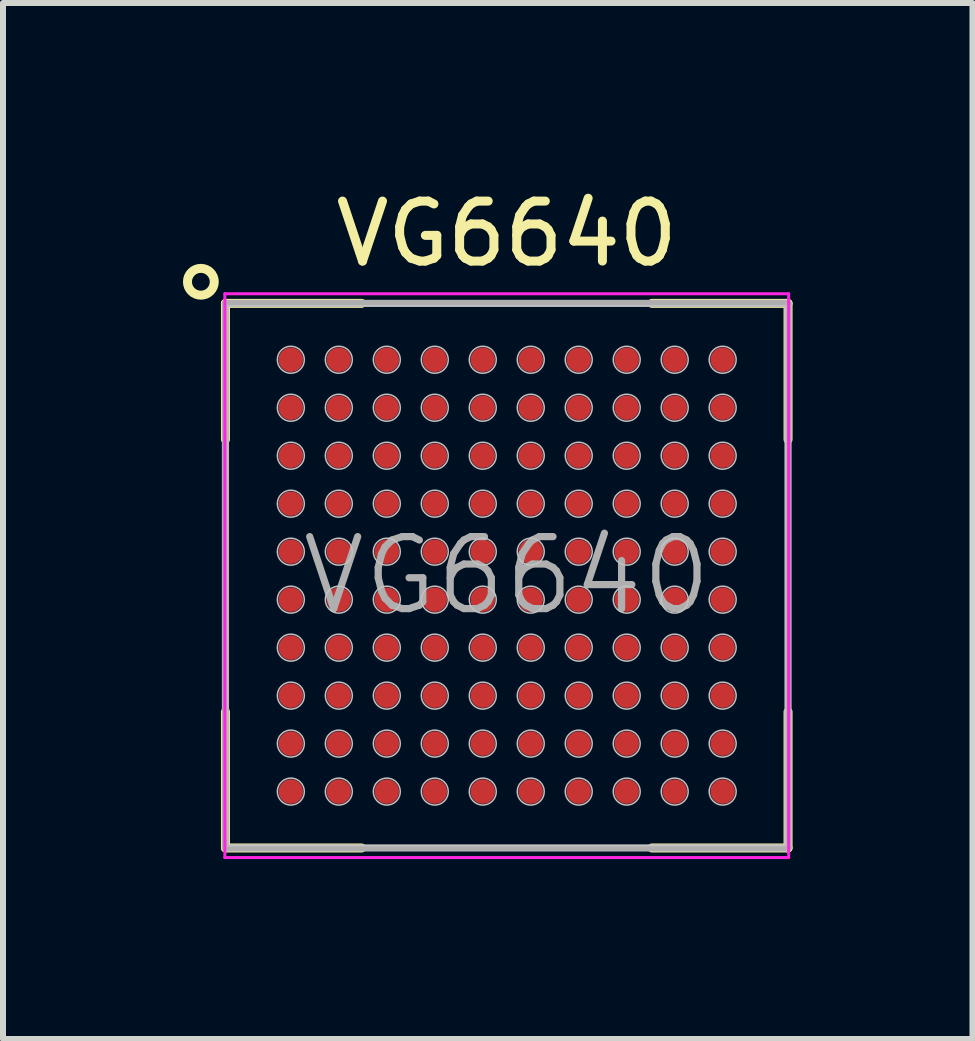
<source format=kicad_pcb>
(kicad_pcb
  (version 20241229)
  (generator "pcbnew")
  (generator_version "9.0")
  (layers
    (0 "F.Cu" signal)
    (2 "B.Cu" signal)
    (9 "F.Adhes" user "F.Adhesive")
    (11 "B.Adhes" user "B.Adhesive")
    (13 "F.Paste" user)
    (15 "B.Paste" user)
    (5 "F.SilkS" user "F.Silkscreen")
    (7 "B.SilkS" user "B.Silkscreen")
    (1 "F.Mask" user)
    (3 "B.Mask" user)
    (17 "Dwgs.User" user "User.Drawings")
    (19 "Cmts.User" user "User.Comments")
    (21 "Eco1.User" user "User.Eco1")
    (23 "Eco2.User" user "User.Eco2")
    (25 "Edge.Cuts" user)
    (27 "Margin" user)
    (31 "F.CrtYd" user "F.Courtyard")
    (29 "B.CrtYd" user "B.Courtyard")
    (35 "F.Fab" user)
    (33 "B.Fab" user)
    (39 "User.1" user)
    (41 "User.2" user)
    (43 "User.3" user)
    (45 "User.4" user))
  (footprint "VG6640"
    (layer "F.Cu")
    (at 5.399 6.548)
    (property "Reference" "VG6640" (at 0 0 0) (layer "F.Fab") (effects (font (size 1.2 1.2) (thickness 0.12))))
    (attr smd)
    (fp_line (start -4.69 -4.54) (end -2.42 -4.54) (stroke (width 0.15) (type solid)) (layer "F.SilkS"))
    (fp_line (start -4.69 -2.27) (end -4.69 -4.54) (stroke (width 0.15) (type solid)) (layer "F.SilkS"))
    (fp_line (start -4.69 2.27) (end -4.69 4.54) (stroke (width 0.15) (type solid)) (layer "F.SilkS"))
    (fp_line (start -4.69 4.54) (end -2.42 4.54) (stroke (width 0.15) (type solid)) (layer "F.SilkS"))
    (fp_line (start 4.69 -4.54) (end 2.42 -4.54) (stroke (width 0.15) (type solid)) (layer "F.SilkS"))
    (fp_line (start 4.69 -2.27) (end 4.69 -4.54) (stroke (width 0.15) (type solid)) (layer "F.SilkS"))
    (fp_line (start 4.69 2.27) (end 4.69 4.54) (stroke (width 0.15) (type solid)) (layer "F.SilkS"))
    (fp_line (start 4.69 4.54) (end 2.42 4.54) (stroke (width 0.15) (type solid)) (layer "F.SilkS"))
    (fp_circle (center -5.1 -4.9) (end -4.9 -4.8) (stroke (width 0.15) (type solid)) (fill no) (layer "F.SilkS"))
    (fp_line (start -4.65 -4.5) (end 4.65 -4.5) (stroke (width 0.025) (type solid)) (layer "Dwgs.User"))
    (fp_line (start -4.65 4.5) (end -4.65 -4.5) (stroke (width 0.025) (type solid)) (layer "Dwgs.User"))
    (fp_line (start 4.65 -4.5) (end 4.65 4.5) (stroke (width 0.025) (type solid)) (layer "Dwgs.User"))
    (fp_line (start 4.65 4.5) (end -4.65 4.5) (stroke (width 0.025) (type solid)) (layer "Dwgs.User"))
    (fp_circle (center -3.6 -3.6) (end -3.6 -3.375) (stroke (width 0.025) (type solid)) (fill no) (layer "Dwgs.User"))
    (fp_circle (center -3.6 -2.8) (end -3.6 -2.575) (stroke (width 0.025) (type solid)) (fill no) (layer "Dwgs.User"))
    (fp_circle (center -3.6 -2) (end -3.6 -1.775) (stroke (width 0.025) (type solid)) (fill no) (layer "Dwgs.User"))
    (fp_circle (center -3.6 -1.2) (end -3.6 -0.975) (stroke (width 0.025) (type solid)) (fill no) (layer "Dwgs.User"))
    (fp_circle (center -3.6 -0.4) (end -3.6 -0.175) (stroke (width 0.025) (type solid)) (fill no) (layer "Dwgs.User"))
    (fp_circle (center -3.6 0.4) (end -3.6 0.625) (stroke (width 0.025) (type solid)) (fill no) (layer "Dwgs.User"))
    (fp_circle (center -3.6 1.2) (end -3.6 1.425) (stroke (width 0.025) (type solid)) (fill no) (layer "Dwgs.User"))
    (fp_circle (center -3.6 2) (end -3.6 2.225) (stroke (width 0.025) (type solid)) (fill no) (layer "Dwgs.User"))
    (fp_circle (center -3.6 2.8) (end -3.6 3.025) (stroke (width 0.025) (type solid)) (fill no) (layer "Dwgs.User"))
    (fp_circle (center -3.6 3.6) (end -3.6 3.825) (stroke (width 0.025) (type solid)) (fill no) (layer "Dwgs.User"))
    (fp_circle (center -2.8 -3.6) (end -2.8 -3.375) (stroke (width 0.025) (type solid)) (fill no) (layer "Dwgs.User"))
    (fp_circle (center -2.8 -2.8) (end -2.8 -2.575) (stroke (width 0.025) (type solid)) (fill no) (layer "Dwgs.User"))
    (fp_circle (center -2.8 -2) (end -2.8 -1.775) (stroke (width 0.025) (type solid)) (fill no) (layer "Dwgs.User"))
    (fp_circle (center -2.8 -1.2) (end -2.8 -0.975) (stroke (width 0.025) (type solid)) (fill no) (layer "Dwgs.User"))
    (fp_circle (center -2.8 -0.4) (end -2.8 -0.175) (stroke (width 0.025) (type solid)) (fill no) (layer "Dwgs.User"))
    (fp_circle (center -2.8 0.4) (end -2.8 0.625) (stroke (width 0.025) (type solid)) (fill no) (layer "Dwgs.User"))
    (fp_circle (center -2.8 1.2) (end -2.8 1.425) (stroke (width 0.025) (type solid)) (fill no) (layer "Dwgs.User"))
    (fp_circle (center -2.8 2) (end -2.8 2.225) (stroke (width 0.025) (type solid)) (fill no) (layer "Dwgs.User"))
    (fp_circle (center -2.8 2.8) (end -2.8 3.025) (stroke (width 0.025) (type solid)) (fill no) (layer "Dwgs.User"))
    (fp_circle (center -2.8 3.6) (end -2.8 3.825) (stroke (width 0.025) (type solid)) (fill no) (layer "Dwgs.User"))
    (fp_circle (center -2 -3.6) (end -2 -3.375) (stroke (width 0.025) (type solid)) (fill no) (layer "Dwgs.User"))
    (fp_circle (center -2 -2.8) (end -2 -2.575) (stroke (width 0.025) (type solid)) (fill no) (layer "Dwgs.User"))
    (fp_circle (center -2 -2) (end -2 -1.775) (stroke (width 0.025) (type solid)) (fill no) (layer "Dwgs.User"))
    (fp_circle (center -2 -1.2) (end -2 -0.975) (stroke (width 0.025) (type solid)) (fill no) (layer "Dwgs.User"))
    (fp_circle (center -2 -0.4) (end -2 -0.175) (stroke (width 0.025) (type solid)) (fill no) (layer "Dwgs.User"))
    (fp_circle (center -2 0.4) (end -2 0.625) (stroke (width 0.025) (type solid)) (fill no) (layer "Dwgs.User"))
    (fp_circle (center -2 1.2) (end -2 1.425) (stroke (width 0.025) (type solid)) (fill no) (layer "Dwgs.User"))
    (fp_circle (center -2 2) (end -2 2.225) (stroke (width 0.025) (type solid)) (fill no) (layer "Dwgs.User"))
    (fp_circle (center -2 2.8) (end -2 3.025) (stroke (width 0.025) (type solid)) (fill no) (layer "Dwgs.User"))
    (fp_circle (center -2 3.6) (end -2 3.825) (stroke (width 0.025) (type solid)) (fill no) (layer "Dwgs.User"))
    (fp_circle (center -1.2 -3.6) (end -1.2 -3.375) (stroke (width 0.025) (type solid)) (fill no) (layer "Dwgs.User"))
    (fp_circle (center -1.2 -2.8) (end -1.2 -2.575) (stroke (width 0.025) (type solid)) (fill no) (layer "Dwgs.User"))
    (fp_circle (center -1.2 -2) (end -1.2 -1.775) (stroke (width 0.025) (type solid)) (fill no) (layer "Dwgs.User"))
    (fp_circle (center -1.2 -1.2) (end -1.2 -0.975) (stroke (width 0.025) (type solid)) (fill no) (layer "Dwgs.User"))
    (fp_circle (center -1.2 -0.4) (end -1.2 -0.175) (stroke (width 0.025) (type solid)) (fill no) (layer "Dwgs.User"))
    (fp_circle (center -1.2 0.4) (end -1.2 0.625) (stroke (width 0.025) (type solid)) (fill no) (layer "Dwgs.User"))
    (fp_circle (center -1.2 1.2) (end -1.2 1.425) (stroke (width 0.025) (type solid)) (fill no) (layer "Dwgs.User"))
    (fp_circle (center -1.2 2) (end -1.2 2.225) (stroke (width 0.025) (type solid)) (fill no) (layer "Dwgs.User"))
    (fp_circle (center -1.2 2.8) (end -1.2 3.025) (stroke (width 0.025) (type solid)) (fill no) (layer "Dwgs.User"))
    (fp_circle (center -1.2 3.6) (end -1.2 3.825) (stroke (width 0.025) (type solid)) (fill no) (layer "Dwgs.User"))
    (fp_circle (center -0.4 -3.6) (end -0.4 -3.375) (stroke (width 0.025) (type solid)) (fill no) (layer "Dwgs.User"))
    (fp_circle (center -0.4 -2.8) (end -0.4 -2.575) (stroke (width 0.025) (type solid)) (fill no) (layer "Dwgs.User"))
    (fp_circle (center -0.4 -2) (end -0.4 -1.775) (stroke (width 0.025) (type solid)) (fill no) (layer "Dwgs.User"))
    (fp_circle (center -0.4 -1.2) (end -0.4 -0.975) (stroke (width 0.025) (type solid)) (fill no) (layer "Dwgs.User"))
    (fp_circle (center -0.4 -0.4) (end -0.4 -0.175) (stroke (width 0.025) (type solid)) (fill no) (layer "Dwgs.User"))
    (fp_circle (center -0.4 0.4) (end -0.4 0.625) (stroke (width 0.025) (type solid)) (fill no) (layer "Dwgs.User"))
    (fp_circle (center -0.4 1.2) (end -0.4 1.425) (stroke (width 0.025) (type solid)) (fill no) (layer "Dwgs.User"))
    (fp_circle (center -0.4 2) (end -0.4 2.225) (stroke (width 0.025) (type solid)) (fill no) (layer "Dwgs.User"))
    (fp_circle (center -0.4 2.8) (end -0.4 3.025) (stroke (width 0.025) (type solid)) (fill no) (layer "Dwgs.User"))
    (fp_circle (center -0.4 3.6) (end -0.4 3.825) (stroke (width 0.025) (type solid)) (fill no) (layer "Dwgs.User"))
    (fp_circle (center 0.4 -3.6) (end 0.4 -3.375) (stroke (width 0.025) (type solid)) (fill no) (layer "Dwgs.User"))
    (fp_circle (center 0.4 -2.8) (end 0.4 -2.575) (stroke (width 0.025) (type solid)) (fill no) (layer "Dwgs.User"))
    (fp_circle (center 0.4 -2) (end 0.4 -1.775) (stroke (width 0.025) (type solid)) (fill no) (layer "Dwgs.User"))
    (fp_circle (center 0.4 -1.2) (end 0.4 -0.975) (stroke (width 0.025) (type solid)) (fill no) (layer "Dwgs.User"))
    (fp_circle (center 0.4 -0.4) (end 0.4 -0.175) (stroke (width 0.025) (type solid)) (fill no) (layer "Dwgs.User"))
    (fp_circle (center 0.4 0.4) (end 0.4 0.625) (stroke (width 0.025) (type solid)) (fill no) (layer "Dwgs.User"))
    (fp_circle (center 0.4 1.2) (end 0.4 1.425) (stroke (width 0.025) (type solid)) (fill no) (layer "Dwgs.User"))
    (fp_circle (center 0.4 2) (end 0.4 2.225) (stroke (width 0.025) (type solid)) (fill no) (layer "Dwgs.User"))
    (fp_circle (center 0.4 2.8) (end 0.4 3.025) (stroke (width 0.025) (type solid)) (fill no) (layer "Dwgs.User"))
    (fp_circle (center 0.4 3.6) (end 0.4 3.825) (stroke (width 0.025) (type solid)) (fill no) (layer "Dwgs.User"))
    (fp_circle (center 1.2 -3.6) (end 1.2 -3.375) (stroke (width 0.025) (type solid)) (fill no) (layer "Dwgs.User"))
    (fp_circle (center 1.2 -2.8) (end 1.2 -2.575) (stroke (width 0.025) (type solid)) (fill no) (layer "Dwgs.User"))
    (fp_circle (center 1.2 -2) (end 1.2 -1.775) (stroke (width 0.025) (type solid)) (fill no) (layer "Dwgs.User"))
    (fp_circle (center 1.2 -1.2) (end 1.2 -0.975) (stroke (width 0.025) (type solid)) (fill no) (layer "Dwgs.User"))
    (fp_circle (center 1.2 -0.4) (end 1.2 -0.175) (stroke (width 0.025) (type solid)) (fill no) (layer "Dwgs.User"))
    (fp_circle (center 1.2 0.4) (end 1.2 0.625) (stroke (width 0.025) (type solid)) (fill no) (layer "Dwgs.User"))
    (fp_circle (center 1.2 1.2) (end 1.2 1.425) (stroke (width 0.025) (type solid)) (fill no) (layer "Dwgs.User"))
    (fp_circle (center 1.2 2) (end 1.2 2.225) (stroke (width 0.025) (type solid)) (fill no) (layer "Dwgs.User"))
    (fp_circle (center 1.2 2.8) (end 1.2 3.025) (stroke (width 0.025) (type solid)) (fill no) (layer "Dwgs.User"))
    (fp_circle (center 1.2 3.6) (end 1.2 3.825) (stroke (width 0.025) (type solid)) (fill no) (layer "Dwgs.User"))
    (fp_circle (center 2 -3.6) (end 2 -3.375) (stroke (width 0.025) (type solid)) (fill no) (layer "Dwgs.User"))
    (fp_circle (center 2 -2.8) (end 2 -2.575) (stroke (width 0.025) (type solid)) (fill no) (layer "Dwgs.User"))
    (fp_circle (center 2 -2) (end 2 -1.775) (stroke (width 0.025) (type solid)) (fill no) (layer "Dwgs.User"))
    (fp_circle (center 2 -1.2) (end 2 -0.975) (stroke (width 0.025) (type solid)) (fill no) (layer "Dwgs.User"))
    (fp_circle (center 2 -0.4) (end 2 -0.175) (stroke (width 0.025) (type solid)) (fill no) (layer "Dwgs.User"))
    (fp_circle (center 2 0.4) (end 2 0.625) (stroke (width 0.025) (type solid)) (fill no) (layer "Dwgs.User"))
    (fp_circle (center 2 1.2) (end 2 1.425) (stroke (width 0.025) (type solid)) (fill no) (layer "Dwgs.User"))
    (fp_circle (center 2 2) (end 2 2.225) (stroke (width 0.025) (type solid)) (fill no) (layer "Dwgs.User"))
    (fp_circle (center 2 2.8) (end 2 3.025) (stroke (width 0.025) (type solid)) (fill no) (layer "Dwgs.User"))
    (fp_circle (center 2 3.6) (end 2 3.825) (stroke (width 0.025) (type solid)) (fill no) (layer "Dwgs.User"))
    (fp_circle (center 2.8 -3.6) (end 2.8 -3.375) (stroke (width 0.025) (type solid)) (fill no) (layer "Dwgs.User"))
    (fp_circle (center 2.8 -2.8) (end 2.8 -2.575) (stroke (width 0.025) (type solid)) (fill no) (layer "Dwgs.User"))
    (fp_circle (center 2.8 -2) (end 2.8 -1.775) (stroke (width 0.025) (type solid)) (fill no) (layer "Dwgs.User"))
    (fp_circle (center 2.8 -1.2) (end 2.8 -0.975) (stroke (width 0.025) (type solid)) (fill no) (layer "Dwgs.User"))
    (fp_circle (center 2.8 -0.4) (end 2.8 -0.175) (stroke (width 0.025) (type solid)) (fill no) (layer "Dwgs.User"))
    (fp_circle (center 2.8 0.4) (end 2.8 0.625) (stroke (width 0.025) (type solid)) (fill no) (layer "Dwgs.User"))
    (fp_circle (center 2.8 1.2) (end 2.8 1.425) (stroke (width 0.025) (type solid)) (fill no) (layer "Dwgs.User"))
    (fp_circle (center 2.8 2) (end 2.8 2.225) (stroke (width 0.025) (type solid)) (fill no) (layer "Dwgs.User"))
    (fp_circle (center 2.8 2.8) (end 2.8 3.025) (stroke (width 0.025) (type solid)) (fill no) (layer "Dwgs.User"))
    (fp_circle (center 2.8 3.6) (end 2.8 3.825) (stroke (width 0.025) (type solid)) (fill no) (layer "Dwgs.User"))
    (fp_circle (center 3.6 -3.6) (end 3.6 -3.375) (stroke (width 0.025) (type solid)) (fill no) (layer "Dwgs.User"))
    (fp_circle (center 3.6 -2.8) (end 3.6 -2.575) (stroke (width 0.025) (type solid)) (fill no) (layer "Dwgs.User"))
    (fp_circle (center 3.6 -2) (end 3.6 -1.775) (stroke (width 0.025) (type solid)) (fill no) (layer "Dwgs.User"))
    (fp_circle (center 3.6 -1.2) (end 3.6 -0.975) (stroke (width 0.025) (type solid)) (fill no) (layer "Dwgs.User"))
    (fp_circle (center 3.6 -0.4) (end 3.6 -0.175) (stroke (width 0.025) (type solid)) (fill no) (layer "Dwgs.User"))
    (fp_circle (center 3.6 0.4) (end 3.6 0.625) (stroke (width 0.025) (type solid)) (fill no) (layer "Dwgs.User"))
    (fp_circle (center 3.6 1.2) (end 3.6 1.425) (stroke (width 0.025) (type solid)) (fill no) (layer "Dwgs.User"))
    (fp_circle (center 3.6 2) (end 3.6 2.225) (stroke (width 0.025) (type solid)) (fill no) (layer "Dwgs.User"))
    (fp_circle (center 3.6 2.8) (end 3.6 3.025) (stroke (width 0.025) (type solid)) (fill no) (layer "Dwgs.User"))
    (fp_circle (center 3.6 3.6) (end 3.6 3.825) (stroke (width 0.025) (type solid)) (fill no) (layer "Dwgs.User"))
    (fp_line (start -4.7 -4.7) (end 4.7 -4.7) (stroke (width 0.05) (type solid)) (layer "F.CrtYd"))
    (fp_line (start -4.7 4.7) (end -4.7 -4.7) (stroke (width 0.05) (type solid)) (layer "F.CrtYd"))
    (fp_line (start 4.7 -4.7) (end 4.7 4.7) (stroke (width 0.05) (type solid)) (layer "F.CrtYd"))
    (fp_line (start 4.7 4.7) (end -4.7 4.7) (stroke (width 0.05) (type solid)) (layer "F.CrtYd"))
    (fp_line (start -4.69 -4.54) (end 4.69 -4.54) (stroke (width 0.12) (type solid)) (layer "F.Fab"))
    (fp_line (start -4.69 4.54) (end -4.69 -4.54) (stroke (width 0.12) (type solid)) (layer "F.Fab"))
    (fp_line (start 4.69 -4.54) (end 4.69 4.54) (stroke (width 0.12) (type solid)) (layer "F.Fab"))
    (fp_line (start 4.69 4.54) (end -4.69 4.54) (stroke (width 0.12) (type solid)) (layer "F.Fab"))
    (fp_text user "${REFERENCE}" (at 0 -5.7 0) (layer "F.SilkS") (effects (font (size 1 1) (thickness 0.15))))
    (pad "A1" smd circle (at -3.6 -3.6) (size 0.41 0.41) (layers "F.Cu" "F.Mask" "F.Paste"))
    (pad "A2" smd circle (at -2.8 -3.6) (size 0.41 0.41) (layers "F.Cu" "F.Mask" "F.Paste"))
    (pad "A3" smd circle (at -2 -3.6) (size 0.41 0.41) (layers "F.Cu" "F.Mask" "F.Paste"))
    (pad "A4" smd circle (at -1.2 -3.6) (size 0.41 0.41) (layers "F.Cu" "F.Mask" "F.Paste"))
    (pad "A5" smd circle (at -0.4 -3.6) (size 0.41 0.41) (layers "F.Cu" "F.Mask" "F.Paste"))
    (pad "A6" smd circle (at 0.4 -3.6) (size 0.41 0.41) (layers "F.Cu" "F.Mask" "F.Paste"))
    (pad "A7" smd circle (at 1.2 -3.6) (size 0.41 0.41) (layers "F.Cu" "F.Mask" "F.Paste"))
    (pad "A8" smd circle (at 2 -3.6) (size 0.41 0.41) (layers "F.Cu" "F.Mask" "F.Paste"))
    (pad "A9" smd circle (at 2.8 -3.6) (size 0.41 0.41) (layers "F.Cu" "F.Mask" "F.Paste"))
    (pad "A10" smd circle (at 3.6 -3.6) (size 0.41 0.41) (layers "F.Cu" "F.Mask" "F.Paste"))
    (pad "B1" smd circle (at -3.6 -2.8) (size 0.41 0.41) (layers "F.Cu" "F.Mask" "F.Paste"))
    (pad "B2" smd circle (at -2.8 -2.8) (size 0.41 0.41) (layers "F.Cu" "F.Mask" "F.Paste"))
    (pad "B3" smd circle (at -2 -2.8) (size 0.41 0.41) (layers "F.Cu" "F.Mask" "F.Paste"))
    (pad "B4" smd circle (at -1.2 -2.8) (size 0.41 0.41) (layers "F.Cu" "F.Mask" "F.Paste"))
    (pad "B5" smd circle (at -0.4 -2.8) (size 0.41 0.41) (layers "F.Cu" "F.Mask" "F.Paste"))
    (pad "B6" smd circle (at 0.4 -2.8) (size 0.41 0.41) (layers "F.Cu" "F.Mask" "F.Paste"))
    (pad "B7" smd circle (at 1.2 -2.8) (size 0.41 0.41) (layers "F.Cu" "F.Mask" "F.Paste"))
    (pad "B8" smd circle (at 2 -2.8) (size 0.41 0.41) (layers "F.Cu" "F.Mask" "F.Paste"))
    (pad "B9" smd circle (at 2.8 -2.8) (size 0.41 0.41) (layers "F.Cu" "F.Mask" "F.Paste"))
    (pad "B10" smd circle (at 3.6 -2.8) (size 0.41 0.41) (layers "F.Cu" "F.Mask" "F.Paste"))
    (pad "C1" smd circle (at -3.6 -2) (size 0.41 0.41) (layers "F.Cu" "F.Mask" "F.Paste"))
    (pad "C2" smd circle (at -2.8 -2) (size 0.41 0.41) (layers "F.Cu" "F.Mask" "F.Paste"))
    (pad "C3" smd circle (at -2 -2) (size 0.41 0.41) (layers "F.Cu" "F.Mask" "F.Paste"))
    (pad "C4" smd circle (at -1.2 -2) (size 0.41 0.41) (layers "F.Cu" "F.Mask" "F.Paste"))
    (pad "C5" smd circle (at -0.4 -2) (size 0.41 0.41) (layers "F.Cu" "F.Mask" "F.Paste"))
    (pad "C6" smd circle (at 0.4 -2) (size 0.41 0.41) (layers "F.Cu" "F.Mask" "F.Paste"))
    (pad "C7" smd circle (at 1.2 -2) (size 0.41 0.41) (layers "F.Cu" "F.Mask" "F.Paste"))
    (pad "C8" smd circle (at 2 -2) (size 0.41 0.41) (layers "F.Cu" "F.Mask" "F.Paste"))
    (pad "C9" smd circle (at 2.8 -2) (size 0.41 0.41) (layers "F.Cu" "F.Mask" "F.Paste"))
    (pad "C10" smd circle (at 3.6 -2) (size 0.41 0.41) (layers "F.Cu" "F.Mask" "F.Paste"))
    (pad "D1" smd circle (at -3.6 -1.2) (size 0.41 0.41) (layers "F.Cu" "F.Mask" "F.Paste"))
    (pad "D2" smd circle (at -2.8 -1.2) (size 0.41 0.41) (layers "F.Cu" "F.Mask" "F.Paste"))
    (pad "D3" smd circle (at -2 -1.2) (size 0.41 0.41) (layers "F.Cu" "F.Mask" "F.Paste"))
    (pad "D4" smd circle (at -1.2 -1.2) (size 0.41 0.41) (layers "F.Cu" "F.Mask" "F.Paste"))
    (pad "D5" smd circle (at -0.4 -1.2) (size 0.41 0.41) (layers "F.Cu" "F.Mask" "F.Paste"))
    (pad "D6" smd circle (at 0.4 -1.2) (size 0.41 0.41) (layers "F.Cu" "F.Mask" "F.Paste"))
    (pad "D7" smd circle (at 1.2 -1.2) (size 0.41 0.41) (layers "F.Cu" "F.Mask" "F.Paste"))
    (pad "D8" smd circle (at 2 -1.2) (size 0.41 0.41) (layers "F.Cu" "F.Mask" "F.Paste"))
    (pad "D9" smd circle (at 2.8 -1.2) (size 0.41 0.41) (layers "F.Cu" "F.Mask" "F.Paste"))
    (pad "D10" smd circle (at 3.6 -1.2) (size 0.41 0.41) (layers "F.Cu" "F.Mask" "F.Paste"))
    (pad "E1" smd circle (at -3.6 -0.4) (size 0.41 0.41) (layers "F.Cu" "F.Mask" "F.Paste"))
    (pad "E2" smd circle (at -2.8 -0.4) (size 0.41 0.41) (layers "F.Cu" "F.Mask" "F.Paste"))
    (pad "E3" smd circle (at -2 -0.4) (size 0.41 0.41) (layers "F.Cu" "F.Mask" "F.Paste"))
    (pad "E4" smd circle (at -1.2 -0.4) (size 0.41 0.41) (layers "F.Cu" "F.Mask" "F.Paste"))
    (pad "E5" smd circle (at -0.4 -0.4) (size 0.41 0.41) (layers "F.Cu" "F.Mask" "F.Paste"))
    (pad "E6" smd circle (at 0.4 -0.4) (size 0.41 0.41) (layers "F.Cu" "F.Mask" "F.Paste"))
    (pad "E7" smd circle (at 1.2 -0.4) (size 0.41 0.41) (layers "F.Cu" "F.Mask" "F.Paste"))
    (pad "E8" smd circle (at 2 -0.4) (size 0.41 0.41) (layers "F.Cu" "F.Mask" "F.Paste"))
    (pad "E9" smd circle (at 2.8 -0.4) (size 0.41 0.41) (layers "F.Cu" "F.Mask" "F.Paste"))
    (pad "E10" smd circle (at 3.6 -0.4) (size 0.41 0.41) (layers "F.Cu" "F.Mask" "F.Paste"))
    (pad "F1" smd circle (at -3.6 0.4) (size 0.41 0.41) (layers "F.Cu" "F.Mask" "F.Paste"))
    (pad "F2" smd circle (at -2.8 0.4) (size 0.41 0.41) (layers "F.Cu" "F.Mask" "F.Paste"))
    (pad "F3" smd circle (at -2 0.4) (size 0.41 0.41) (layers "F.Cu" "F.Mask" "F.Paste"))
    (pad "F4" smd circle (at -1.2 0.4) (size 0.41 0.41) (layers "F.Cu" "F.Mask" "F.Paste"))
    (pad "F5" smd circle (at -0.4 0.4) (size 0.41 0.41) (layers "F.Cu" "F.Mask" "F.Paste"))
    (pad "F6" smd circle (at 0.4 0.4) (size 0.41 0.41) (layers "F.Cu" "F.Mask" "F.Paste"))
    (pad "F7" smd circle (at 1.2 0.4) (size 0.41 0.41) (layers "F.Cu" "F.Mask" "F.Paste"))
    (pad "F8" smd circle (at 2 0.4) (size 0.41 0.41) (layers "F.Cu" "F.Mask" "F.Paste"))
    (pad "F9" smd circle (at 2.8 0.4) (size 0.41 0.41) (layers "F.Cu" "F.Mask" "F.Paste"))
    (pad "F10" smd circle (at 3.6 0.4) (size 0.41 0.41) (layers "F.Cu" "F.Mask" "F.Paste"))
    (pad "G1" smd circle (at -3.6 1.2) (size 0.41 0.41) (layers "F.Cu" "F.Mask" "F.Paste"))
    (pad "G2" smd circle (at -2.8 1.2) (size 0.41 0.41) (layers "F.Cu" "F.Mask" "F.Paste"))
    (pad "G3" smd circle (at -2 1.2) (size 0.41 0.41) (layers "F.Cu" "F.Mask" "F.Paste"))
    (pad "G4" smd circle (at -1.2 1.2) (size 0.41 0.41) (layers "F.Cu" "F.Mask" "F.Paste"))
    (pad "G5" smd circle (at -0.4 1.2) (size 0.41 0.41) (layers "F.Cu" "F.Mask" "F.Paste"))
    (pad "G6" smd circle (at 0.4 1.2) (size 0.41 0.41) (layers "F.Cu" "F.Mask" "F.Paste"))
    (pad "G7" smd circle (at 1.2 1.2) (size 0.41 0.41) (layers "F.Cu" "F.Mask" "F.Paste"))
    (pad "G8" smd circle (at 2 1.2) (size 0.41 0.41) (layers "F.Cu" "F.Mask" "F.Paste"))
    (pad "G9" smd circle (at 2.8 1.2) (size 0.41 0.41) (layers "F.Cu" "F.Mask" "F.Paste"))
    (pad "G10" smd circle (at 3.6 1.2) (size 0.41 0.41) (layers "F.Cu" "F.Mask" "F.Paste"))
    (pad "H1" smd circle (at -3.6 2) (size 0.41 0.41) (layers "F.Cu" "F.Mask" "F.Paste"))
    (pad "H2" smd circle (at -2.8 2) (size 0.41 0.41) (layers "F.Cu" "F.Mask" "F.Paste"))
    (pad "H3" smd circle (at -2 2) (size 0.41 0.41) (layers "F.Cu" "F.Mask" "F.Paste"))
    (pad "H4" smd circle (at -1.2 2) (size 0.41 0.41) (layers "F.Cu" "F.Mask" "F.Paste"))
    (pad "H5" smd circle (at -0.4 2) (size 0.41 0.41) (layers "F.Cu" "F.Mask" "F.Paste"))
    (pad "H6" smd circle (at 0.4 2) (size 0.41 0.41) (layers "F.Cu" "F.Mask" "F.Paste"))
    (pad "H7" smd circle (at 1.2 2) (size 0.41 0.41) (layers "F.Cu" "F.Mask" "F.Paste"))
    (pad "H8" smd circle (at 2 2) (size 0.41 0.41) (layers "F.Cu" "F.Mask" "F.Paste"))
    (pad "H9" smd circle (at 2.8 2) (size 0.41 0.41) (layers "F.Cu" "F.Mask" "F.Paste"))
    (pad "H10" smd circle (at 3.6 2) (size 0.41 0.41) (layers "F.Cu" "F.Mask" "F.Paste"))
    (pad "J1" smd circle (at -3.6 2.8) (size 0.41 0.41) (layers "F.Cu" "F.Mask" "F.Paste"))
    (pad "J2" smd circle (at -2.8 2.8) (size 0.41 0.41) (layers "F.Cu" "F.Mask" "F.Paste"))
    (pad "J3" smd circle (at -2 2.8) (size 0.41 0.41) (layers "F.Cu" "F.Mask" "F.Paste"))
    (pad "J4" smd circle (at -1.2 2.8) (size 0.41 0.41) (layers "F.Cu" "F.Mask" "F.Paste"))
    (pad "J5" smd circle (at -0.4 2.8) (size 0.41 0.41) (layers "F.Cu" "F.Mask" "F.Paste"))
    (pad "J6" smd circle (at 0.4 2.8) (size 0.41 0.41) (layers "F.Cu" "F.Mask" "F.Paste"))
    (pad "J7" smd circle (at 1.2 2.8) (size 0.41 0.41) (layers "F.Cu" "F.Mask" "F.Paste"))
    (pad "J8" smd circle (at 2 2.8) (size 0.41 0.41) (layers "F.Cu" "F.Mask" "F.Paste"))
    (pad "J9" smd circle (at 2.8 2.8) (size 0.41 0.41) (layers "F.Cu" "F.Mask" "F.Paste"))
    (pad "J10" smd circle (at 3.6 2.8) (size 0.41 0.41) (layers "F.Cu" "F.Mask" "F.Paste"))
    (pad "K1" smd circle (at -3.6 3.6) (size 0.41 0.41) (layers "F.Cu" "F.Mask" "F.Paste"))
    (pad "K2" smd circle (at -2.8 3.6) (size 0.41 0.41) (layers "F.Cu" "F.Mask" "F.Paste"))
    (pad "K3" smd circle (at -2 3.6) (size 0.41 0.41) (layers "F.Cu" "F.Mask" "F.Paste"))
    (pad "K4" smd circle (at -1.2 3.6) (size 0.41 0.41) (layers "F.Cu" "F.Mask" "F.Paste"))
    (pad "K5" smd circle (at -0.4 3.6) (size 0.41 0.41) (layers "F.Cu" "F.Mask" "F.Paste"))
    (pad "K6" smd circle (at 0.4 3.6) (size 0.41 0.41) (layers "F.Cu" "F.Mask" "F.Paste"))
    (pad "K7" smd circle (at 1.2 3.6) (size 0.41 0.41) (layers "F.Cu" "F.Mask" "F.Paste"))
    (pad "K8" smd circle (at 2 3.6) (size 0.41 0.41) (layers "F.Cu" "F.Mask" "F.Paste"))
    (pad "K9" smd circle (at 2.8 3.6) (size 0.41 0.41) (layers "F.Cu" "F.Mask" "F.Paste"))
    (pad "K10" smd circle (at 3.6 3.6) (size 0.41 0.41) (layers "F.Cu" "F.Mask" "F.Paste")))
  (gr_rect
    (start -3 -3)
    (end 13.164 14.273)
    (stroke (width 0.1) (type default))
    (fill no)
    (layer "Edge.Cuts")))
</source>
